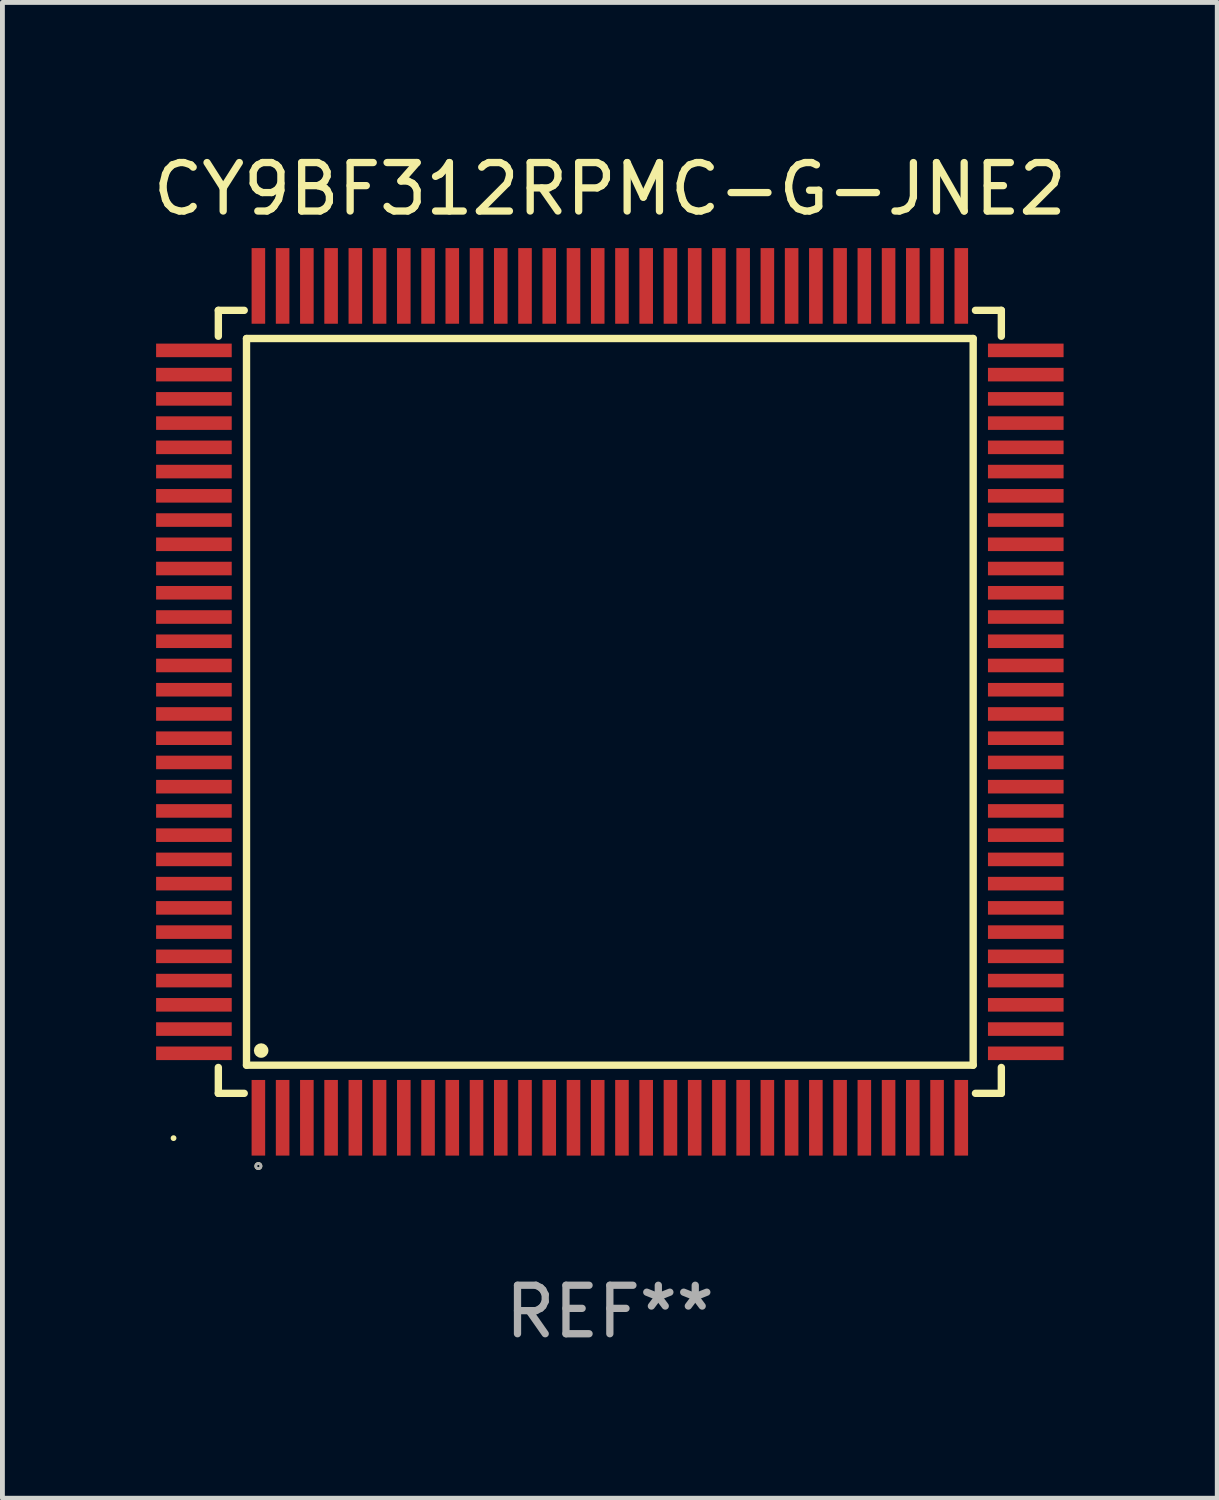
<source format=kicad_pcb>
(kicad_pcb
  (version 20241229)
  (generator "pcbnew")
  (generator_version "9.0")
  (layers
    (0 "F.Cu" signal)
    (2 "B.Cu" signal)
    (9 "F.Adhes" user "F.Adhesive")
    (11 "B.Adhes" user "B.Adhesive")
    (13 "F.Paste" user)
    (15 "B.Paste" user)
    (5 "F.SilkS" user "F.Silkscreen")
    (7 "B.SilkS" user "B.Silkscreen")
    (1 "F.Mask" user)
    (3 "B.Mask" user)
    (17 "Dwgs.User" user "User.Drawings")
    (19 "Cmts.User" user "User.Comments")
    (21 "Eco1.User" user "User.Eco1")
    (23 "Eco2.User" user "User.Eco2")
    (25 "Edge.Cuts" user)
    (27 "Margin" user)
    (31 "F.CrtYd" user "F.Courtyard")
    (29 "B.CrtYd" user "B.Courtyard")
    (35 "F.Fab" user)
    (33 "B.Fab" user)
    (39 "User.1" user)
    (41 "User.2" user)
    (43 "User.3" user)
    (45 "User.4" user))
  (footprint "CY9BF312RPMC-G-JNE2"
    (layer "F.Cu")
    (at 9.53 11.428)
    (property "Reference" "CY9BF312RPMC-G-JNE2" (at 0 -10.58 0) (layer "F.SilkS") (effects (font (size 1 1) (thickness 0.15))))
    (attr through_hole)
    (fp_line (start -8.076 -8.076) (end -8.076 -7.542) (stroke (width 0.152) (type solid)) (layer "F.SilkS"))
    (fp_line (start -8.076 8.076) (end -8.076 7.542) (stroke (width 0.152) (type solid)) (layer "F.SilkS"))
    (fp_line (start -7.542 -8.076) (end -8.076 -8.076) (stroke (width 0.152) (type solid)) (layer "F.SilkS"))
    (fp_line (start -7.542 8.076) (end -8.076 8.076) (stroke (width 0.152) (type solid)) (layer "F.SilkS"))
    (fp_line (start -7.495 -7.495) (end 7.495 -7.495) (stroke (width 0.152) (type solid)) (layer "F.SilkS"))
    (fp_line (start -7.495 7.495) (end -7.495 -7.495) (stroke (width 0.152) (type solid)) (layer "F.SilkS"))
    (fp_line (start 7.495 -7.495) (end 7.495 7.495) (stroke (width 0.152) (type solid)) (layer "F.SilkS"))
    (fp_line (start 7.495 7.495) (end -7.495 7.495) (stroke (width 0.152) (type solid)) (layer "F.SilkS"))
    (fp_line (start 7.542 -8.076) (end 8.076 -8.076) (stroke (width 0.152) (type solid)) (layer "F.SilkS"))
    (fp_line (start 7.542 8.076) (end 8.076 8.076) (stroke (width 0.152) (type solid)) (layer "F.SilkS"))
    (fp_line (start 8.076 -8.076) (end 8.076 -7.542) (stroke (width 0.152) (type solid)) (layer "F.SilkS"))
    (fp_line (start 8.076 8.076) (end 8.076 7.542) (stroke (width 0.152) (type solid)) (layer "F.SilkS"))
    (fp_circle (center -9 9) (end -8.97 9) (stroke (width 0.06) (type solid)) (fill no) (layer "F.SilkS"))
    (fp_circle (center -7.25 9.576) (end -7.223 9.576) (stroke (width 0.055) (type solid)) (fill no) (layer "F.SilkS"))
    (fp_circle (center -7.193 7.193) (end -7.118 7.193) (stroke (width 0.15) (type solid)) (fill no) (layer "F.SilkS"))
    (fp_circle (center -7.25 9.576) (end -7.223 9.576) (stroke (width 0.055) (type solid)) (fill no) (layer "F.Fab"))
    (fp_text user "REF**" (at 0 12.58 0) (layer "F.Fab") (effects (font (size 1 1) (thickness 0.15))))
    (pad "1" smd rect (at -7.25 8.58) (size 0.28 1.56) (layers "F.Cu" "F.Mask" "F.Paste"))
    (pad "2" smd rect (at -6.75 8.58) (size 0.28 1.56) (layers "F.Cu" "F.Mask" "F.Paste"))
    (pad "3" smd rect (at -6.25 8.58) (size 0.28 1.56) (layers "F.Cu" "F.Mask" "F.Paste"))
    (pad "4" smd rect (at -5.75 8.58) (size 0.28 1.56) (layers "F.Cu" "F.Mask" "F.Paste"))
    (pad "5" smd rect (at -5.25 8.58) (size 0.28 1.56) (layers "F.Cu" "F.Mask" "F.Paste"))
    (pad "6" smd rect (at -4.75 8.58) (size 0.28 1.56) (layers "F.Cu" "F.Mask" "F.Paste"))
    (pad "7" smd rect (at -4.25 8.58) (size 0.28 1.56) (layers "F.Cu" "F.Mask" "F.Paste"))
    (pad "8" smd rect (at -3.75 8.58) (size 0.28 1.56) (layers "F.Cu" "F.Mask" "F.Paste"))
    (pad "9" smd rect (at -3.25 8.58) (size 0.28 1.56) (layers "F.Cu" "F.Mask" "F.Paste"))
    (pad "10" smd rect (at -2.75 8.58) (size 0.28 1.56) (layers "F.Cu" "F.Mask" "F.Paste"))
    (pad "11" smd rect (at -2.25 8.58) (size 0.28 1.56) (layers "F.Cu" "F.Mask" "F.Paste"))
    (pad "12" smd rect (at -1.75 8.58) (size 0.28 1.56) (layers "F.Cu" "F.Mask" "F.Paste"))
    (pad "13" smd rect (at -1.25 8.58) (size 0.28 1.56) (layers "F.Cu" "F.Mask" "F.Paste"))
    (pad "14" smd rect (at -0.75 8.58) (size 0.28 1.56) (layers "F.Cu" "F.Mask" "F.Paste"))
    (pad "15" smd rect (at -0.25 8.58) (size 0.28 1.56) (layers "F.Cu" "F.Mask" "F.Paste"))
    (pad "16" smd rect (at 0.25 8.58) (size 0.28 1.56) (layers "F.Cu" "F.Mask" "F.Paste"))
    (pad "17" smd rect (at 0.75 8.58) (size 0.28 1.56) (layers "F.Cu" "F.Mask" "F.Paste"))
    (pad "18" smd rect (at 1.25 8.58) (size 0.28 1.56) (layers "F.Cu" "F.Mask" "F.Paste"))
    (pad "19" smd rect (at 1.75 8.58) (size 0.28 1.56) (layers "F.Cu" "F.Mask" "F.Paste"))
    (pad "20" smd rect (at 2.25 8.58) (size 0.28 1.56) (layers "F.Cu" "F.Mask" "F.Paste"))
    (pad "21" smd rect (at 2.75 8.58) (size 0.28 1.56) (layers "F.Cu" "F.Mask" "F.Paste"))
    (pad "22" smd rect (at 3.25 8.58) (size 0.28 1.56) (layers "F.Cu" "F.Mask" "F.Paste"))
    (pad "23" smd rect (at 3.75 8.58) (size 0.28 1.56) (layers "F.Cu" "F.Mask" "F.Paste"))
    (pad "24" smd rect (at 4.25 8.58) (size 0.28 1.56) (layers "F.Cu" "F.Mask" "F.Paste"))
    (pad "25" smd rect (at 4.75 8.58) (size 0.28 1.56) (layers "F.Cu" "F.Mask" "F.Paste"))
    (pad "26" smd rect (at 5.25 8.58) (size 0.28 1.56) (layers "F.Cu" "F.Mask" "F.Paste"))
    (pad "27" smd rect (at 5.75 8.58) (size 0.28 1.56) (layers "F.Cu" "F.Mask" "F.Paste"))
    (pad "28" smd rect (at 6.25 8.58) (size 0.28 1.56) (layers "F.Cu" "F.Mask" "F.Paste"))
    (pad "29" smd rect (at 6.75 8.58) (size 0.28 1.56) (layers "F.Cu" "F.Mask" "F.Paste"))
    (pad "30" smd rect (at 7.25 8.58) (size 0.28 1.56) (layers "F.Cu" "F.Mask" "F.Paste"))
    (pad "31" smd rect (at 8.58 7.25) (size 1.56 0.28) (layers "F.Cu" "F.Mask" "F.Paste"))
    (pad "32" smd rect (at 8.58 6.75) (size 1.56 0.28) (layers "F.Cu" "F.Mask" "F.Paste"))
    (pad "33" smd rect (at 8.58 6.25) (size 1.56 0.28) (layers "F.Cu" "F.Mask" "F.Paste"))
    (pad "34" smd rect (at 8.58 5.75) (size 1.56 0.28) (layers "F.Cu" "F.Mask" "F.Paste"))
    (pad "35" smd rect (at 8.58 5.25) (size 1.56 0.28) (layers "F.Cu" "F.Mask" "F.Paste"))
    (pad "36" smd rect (at 8.58 4.75) (size 1.56 0.28) (layers "F.Cu" "F.Mask" "F.Paste"))
    (pad "37" smd rect (at 8.58 4.25) (size 1.56 0.28) (layers "F.Cu" "F.Mask" "F.Paste"))
    (pad "38" smd rect (at 8.58 3.75) (size 1.56 0.28) (layers "F.Cu" "F.Mask" "F.Paste"))
    (pad "39" smd rect (at 8.58 3.25) (size 1.56 0.28) (layers "F.Cu" "F.Mask" "F.Paste"))
    (pad "40" smd rect (at 8.58 2.75) (size 1.56 0.28) (layers "F.Cu" "F.Mask" "F.Paste"))
    (pad "41" smd rect (at 8.58 2.25) (size 1.56 0.28) (layers "F.Cu" "F.Mask" "F.Paste"))
    (pad "42" smd rect (at 8.58 1.75) (size 1.56 0.28) (layers "F.Cu" "F.Mask" "F.Paste"))
    (pad "43" smd rect (at 8.58 1.25) (size 1.56 0.28) (layers "F.Cu" "F.Mask" "F.Paste"))
    (pad "44" smd rect (at 8.58 0.75) (size 1.56 0.28) (layers "F.Cu" "F.Mask" "F.Paste"))
    (pad "45" smd rect (at 8.58 0.25) (size 1.56 0.28) (layers "F.Cu" "F.Mask" "F.Paste"))
    (pad "46" smd rect (at 8.58 -0.25) (size 1.56 0.28) (layers "F.Cu" "F.Mask" "F.Paste"))
    (pad "47" smd rect (at 8.58 -0.75) (size 1.56 0.28) (layers "F.Cu" "F.Mask" "F.Paste"))
    (pad "48" smd rect (at 8.58 -1.25) (size 1.56 0.28) (layers "F.Cu" "F.Mask" "F.Paste"))
    (pad "49" smd rect (at 8.58 -1.75) (size 1.56 0.28) (layers "F.Cu" "F.Mask" "F.Paste"))
    (pad "50" smd rect (at 8.58 -2.25) (size 1.56 0.28) (layers "F.Cu" "F.Mask" "F.Paste"))
    (pad "51" smd rect (at 8.58 -2.75) (size 1.56 0.28) (layers "F.Cu" "F.Mask" "F.Paste"))
    (pad "52" smd rect (at 8.58 -3.25) (size 1.56 0.28) (layers "F.Cu" "F.Mask" "F.Paste"))
    (pad "53" smd rect (at 8.58 -3.75) (size 1.56 0.28) (layers "F.Cu" "F.Mask" "F.Paste"))
    (pad "54" smd rect (at 8.58 -4.25) (size 1.56 0.28) (layers "F.Cu" "F.Mask" "F.Paste"))
    (pad "55" smd rect (at 8.58 -4.75) (size 1.56 0.28) (layers "F.Cu" "F.Mask" "F.Paste"))
    (pad "56" smd rect (at 8.58 -5.25) (size 1.56 0.28) (layers "F.Cu" "F.Mask" "F.Paste"))
    (pad "57" smd rect (at 8.58 -5.75) (size 1.56 0.28) (layers "F.Cu" "F.Mask" "F.Paste"))
    (pad "58" smd rect (at 8.58 -6.25) (size 1.56 0.28) (layers "F.Cu" "F.Mask" "F.Paste"))
    (pad "59" smd rect (at 8.58 -6.75) (size 1.56 0.28) (layers "F.Cu" "F.Mask" "F.Paste"))
    (pad "60" smd rect (at 8.58 -7.25) (size 1.56 0.28) (layers "F.Cu" "F.Mask" "F.Paste"))
    (pad "61" smd rect (at 7.25 -8.58) (size 0.28 1.56) (layers "F.Cu" "F.Mask" "F.Paste"))
    (pad "62" smd rect (at 6.75 -8.58) (size 0.28 1.56) (layers "F.Cu" "F.Mask" "F.Paste"))
    (pad "63" smd rect (at 6.25 -8.58) (size 0.28 1.56) (layers "F.Cu" "F.Mask" "F.Paste"))
    (pad "64" smd rect (at 5.75 -8.58) (size 0.28 1.56) (layers "F.Cu" "F.Mask" "F.Paste"))
    (pad "65" smd rect (at 5.25 -8.58) (size 0.28 1.56) (layers "F.Cu" "F.Mask" "F.Paste"))
    (pad "66" smd rect (at 4.75 -8.58) (size 0.28 1.56) (layers "F.Cu" "F.Mask" "F.Paste"))
    (pad "67" smd rect (at 4.25 -8.58) (size 0.28 1.56) (layers "F.Cu" "F.Mask" "F.Paste"))
    (pad "68" smd rect (at 3.75 -8.58) (size 0.28 1.56) (layers "F.Cu" "F.Mask" "F.Paste"))
    (pad "69" smd rect (at 3.25 -8.58) (size 0.28 1.56) (layers "F.Cu" "F.Mask" "F.Paste"))
    (pad "70" smd rect (at 2.75 -8.58) (size 0.28 1.56) (layers "F.Cu" "F.Mask" "F.Paste"))
    (pad "71" smd rect (at 2.25 -8.58) (size 0.28 1.56) (layers "F.Cu" "F.Mask" "F.Paste"))
    (pad "72" smd rect (at 1.75 -8.58) (size 0.28 1.56) (layers "F.Cu" "F.Mask" "F.Paste"))
    (pad "73" smd rect (at 1.25 -8.58) (size 0.28 1.56) (layers "F.Cu" "F.Mask" "F.Paste"))
    (pad "74" smd rect (at 0.75 -8.58) (size 0.28 1.56) (layers "F.Cu" "F.Mask" "F.Paste"))
    (pad "75" smd rect (at 0.25 -8.58) (size 0.28 1.56) (layers "F.Cu" "F.Mask" "F.Paste"))
    (pad "76" smd rect (at -0.25 -8.58) (size 0.28 1.56) (layers "F.Cu" "F.Mask" "F.Paste"))
    (pad "77" smd rect (at -0.75 -8.58) (size 0.28 1.56) (layers "F.Cu" "F.Mask" "F.Paste"))
    (pad "78" smd rect (at -1.25 -8.58) (size 0.28 1.56) (layers "F.Cu" "F.Mask" "F.Paste"))
    (pad "79" smd rect (at -1.75 -8.58) (size 0.28 1.56) (layers "F.Cu" "F.Mask" "F.Paste"))
    (pad "80" smd rect (at -2.25 -8.58) (size 0.28 1.56) (layers "F.Cu" "F.Mask" "F.Paste"))
    (pad "81" smd rect (at -2.75 -8.58) (size 0.28 1.56) (layers "F.Cu" "F.Mask" "F.Paste"))
    (pad "82" smd rect (at -3.25 -8.58) (size 0.28 1.56) (layers "F.Cu" "F.Mask" "F.Paste"))
    (pad "83" smd rect (at -3.75 -8.58) (size 0.28 1.56) (layers "F.Cu" "F.Mask" "F.Paste"))
    (pad "84" smd rect (at -4.25 -8.58) (size 0.28 1.56) (layers "F.Cu" "F.Mask" "F.Paste"))
    (pad "85" smd rect (at -4.75 -8.58) (size 0.28 1.56) (layers "F.Cu" "F.Mask" "F.Paste"))
    (pad "86" smd rect (at -5.25 -8.58) (size 0.28 1.56) (layers "F.Cu" "F.Mask" "F.Paste"))
    (pad "87" smd rect (at -5.75 -8.58) (size 0.28 1.56) (layers "F.Cu" "F.Mask" "F.Paste"))
    (pad "88" smd rect (at -6.25 -8.58) (size 0.28 1.56) (layers "F.Cu" "F.Mask" "F.Paste"))
    (pad "89" smd rect (at -6.75 -8.58) (size 0.28 1.56) (layers "F.Cu" "F.Mask" "F.Paste"))
    (pad "90" smd rect (at -7.25 -8.58) (size 0.28 1.56) (layers "F.Cu" "F.Mask" "F.Paste"))
    (pad "91" smd rect (at -8.58 -7.25) (size 1.56 0.28) (layers "F.Cu" "F.Mask" "F.Paste"))
    (pad "92" smd rect (at -8.58 -6.75) (size 1.56 0.28) (layers "F.Cu" "F.Mask" "F.Paste"))
    (pad "93" smd rect (at -8.58 -6.25) (size 1.56 0.28) (layers "F.Cu" "F.Mask" "F.Paste"))
    (pad "94" smd rect (at -8.58 -5.75) (size 1.56 0.28) (layers "F.Cu" "F.Mask" "F.Paste"))
    (pad "95" smd rect (at -8.58 -5.25) (size 1.56 0.28) (layers "F.Cu" "F.Mask" "F.Paste"))
    (pad "96" smd rect (at -8.58 -4.75) (size 1.56 0.28) (layers "F.Cu" "F.Mask" "F.Paste"))
    (pad "97" smd rect (at -8.58 -4.25) (size 1.56 0.28) (layers "F.Cu" "F.Mask" "F.Paste"))
    (pad "98" smd rect (at -8.58 -3.75) (size 1.56 0.28) (layers "F.Cu" "F.Mask" "F.Paste"))
    (pad "99" smd rect (at -8.58 -3.25) (size 1.56 0.28) (layers "F.Cu" "F.Mask" "F.Paste"))
    (pad "100" smd rect (at -8.58 -2.75) (size 1.56 0.28) (layers "F.Cu" "F.Mask" "F.Paste"))
    (pad "101" smd rect (at -8.58 -2.25) (size 1.56 0.28) (layers "F.Cu" "F.Mask" "F.Paste"))
    (pad "102" smd rect (at -8.58 -1.75) (size 1.56 0.28) (layers "F.Cu" "F.Mask" "F.Paste"))
    (pad "103" smd rect (at -8.58 -1.25) (size 1.56 0.28) (layers "F.Cu" "F.Mask" "F.Paste"))
    (pad "104" smd rect (at -8.58 -0.75) (size 1.56 0.28) (layers "F.Cu" "F.Mask" "F.Paste"))
    (pad "105" smd rect (at -8.58 -0.25) (size 1.56 0.28) (layers "F.Cu" "F.Mask" "F.Paste"))
    (pad "106" smd rect (at -8.58 0.25) (size 1.56 0.28) (layers "F.Cu" "F.Mask" "F.Paste"))
    (pad "107" smd rect (at -8.58 0.75) (size 1.56 0.28) (layers "F.Cu" "F.Mask" "F.Paste"))
    (pad "108" smd rect (at -8.58 1.25) (size 1.56 0.28) (layers "F.Cu" "F.Mask" "F.Paste"))
    (pad "109" smd rect (at -8.58 1.75) (size 1.56 0.28) (layers "F.Cu" "F.Mask" "F.Paste"))
    (pad "110" smd rect (at -8.58 2.25) (size 1.56 0.28) (layers "F.Cu" "F.Mask" "F.Paste"))
    (pad "111" smd rect (at -8.58 2.75) (size 1.56 0.28) (layers "F.Cu" "F.Mask" "F.Paste"))
    (pad "112" smd rect (at -8.58 3.25) (size 1.56 0.28) (layers "F.Cu" "F.Mask" "F.Paste"))
    (pad "113" smd rect (at -8.58 3.75) (size 1.56 0.28) (layers "F.Cu" "F.Mask" "F.Paste"))
    (pad "114" smd rect (at -8.58 4.25) (size 1.56 0.28) (layers "F.Cu" "F.Mask" "F.Paste"))
    (pad "115" smd rect (at -8.58 4.75) (size 1.56 0.28) (layers "F.Cu" "F.Mask" "F.Paste"))
    (pad "116" smd rect (at -8.58 5.25) (size 1.56 0.28) (layers "F.Cu" "F.Mask" "F.Paste"))
    (pad "117" smd rect (at -8.58 5.75) (size 1.56 0.28) (layers "F.Cu" "F.Mask" "F.Paste"))
    (pad "118" smd rect (at -8.58 6.25) (size 1.56 0.28) (layers "F.Cu" "F.Mask" "F.Paste"))
    (pad "119" smd rect (at -8.58 6.75) (size 1.56 0.28) (layers "F.Cu" "F.Mask" "F.Paste"))
    (pad "120" smd rect (at -8.58 7.25) (size 1.56 0.28) (layers "F.Cu" "F.Mask" "F.Paste")))
  (gr_rect
    (start -3 -3)
    (end 22.06 27.856)
    (stroke (width 0.1) (type default))
    (fill no)
    (layer "Edge.Cuts")))
</source>
